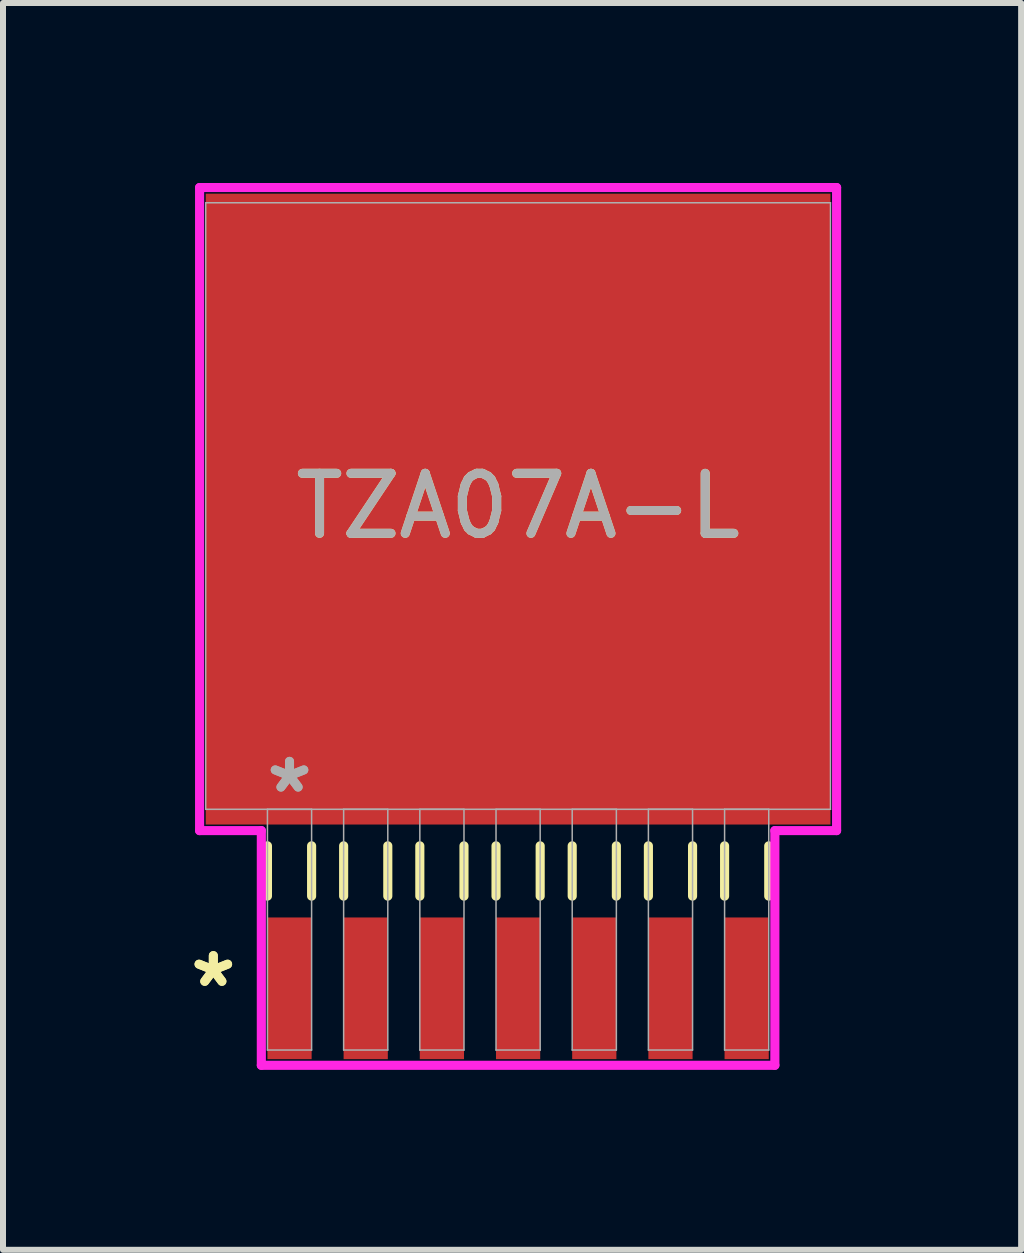
<source format=kicad_pcb>
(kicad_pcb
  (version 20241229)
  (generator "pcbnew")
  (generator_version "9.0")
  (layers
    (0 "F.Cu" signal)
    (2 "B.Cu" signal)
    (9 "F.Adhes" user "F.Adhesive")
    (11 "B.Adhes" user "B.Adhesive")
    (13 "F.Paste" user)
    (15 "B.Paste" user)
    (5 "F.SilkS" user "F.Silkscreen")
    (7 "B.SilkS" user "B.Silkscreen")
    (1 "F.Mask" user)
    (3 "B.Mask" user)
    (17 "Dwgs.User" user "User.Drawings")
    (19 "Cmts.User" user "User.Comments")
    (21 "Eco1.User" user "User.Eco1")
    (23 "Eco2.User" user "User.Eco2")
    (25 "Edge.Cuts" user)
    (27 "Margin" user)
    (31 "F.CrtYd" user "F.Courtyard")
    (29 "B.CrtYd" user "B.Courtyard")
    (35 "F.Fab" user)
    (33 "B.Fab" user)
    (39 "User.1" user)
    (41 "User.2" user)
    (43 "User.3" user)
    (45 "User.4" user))
  (footprint "TZA07A-L"
    (layer "F.Cu")
    (at 5.586 5.385)
    (property "Reference" "TZA07A-L" (at 0 0 0) (unlocked yes) (layer "F.SilkS") (effects (font (size 1 1) (thickness 0.15))))
    (attr smd)
    (fp_line (start -4.178 5.664) (end -4.178 6.502) (stroke (width 0.152) (type solid)) (layer "F.SilkS"))
    (fp_line (start -3.442 5.664) (end -3.442 6.502) (stroke (width 0.152) (type solid)) (layer "F.SilkS"))
    (fp_line (start -2.908 5.664) (end -2.908 6.502) (stroke (width 0.152) (type solid)) (layer "F.SilkS"))
    (fp_line (start -2.172 5.664) (end -2.172 6.502) (stroke (width 0.152) (type solid)) (layer "F.SilkS"))
    (fp_line (start -1.638 5.664) (end -1.638 6.502) (stroke (width 0.152) (type solid)) (layer "F.SilkS"))
    (fp_line (start -0.902 5.664) (end -0.902 6.502) (stroke (width 0.152) (type solid)) (layer "F.SilkS"))
    (fp_line (start -0.368 5.664) (end -0.368 6.502) (stroke (width 0.152) (type solid)) (layer "F.SilkS"))
    (fp_line (start 0.368 5.664) (end 0.368 6.502) (stroke (width 0.152) (type solid)) (layer "F.SilkS"))
    (fp_line (start 0.902 5.664) (end 0.902 6.502) (stroke (width 0.152) (type solid)) (layer "F.SilkS"))
    (fp_line (start 1.638 5.664) (end 1.638 6.502) (stroke (width 0.152) (type solid)) (layer "F.SilkS"))
    (fp_line (start 2.172 5.664) (end 2.172 6.502) (stroke (width 0.152) (type solid)) (layer "F.SilkS"))
    (fp_line (start 2.908 5.664) (end 2.908 6.502) (stroke (width 0.152) (type solid)) (layer "F.SilkS"))
    (fp_line (start 3.442 5.664) (end 3.442 6.502) (stroke (width 0.152) (type solid)) (layer "F.SilkS"))
    (fp_line (start 4.178 5.664) (end 4.178 6.502) (stroke (width 0.152) (type solid)) (layer "F.SilkS"))
    (fp_line (start -5.309 -5.309) (end 5.309 -5.309) (stroke (width 0.152) (type solid)) (layer "F.CrtYd"))
    (fp_line (start -5.309 5.41) (end -5.309 -5.309) (stroke (width 0.152) (type solid)) (layer "F.CrtYd"))
    (fp_line (start -4.28 5.41) (end -5.309 5.41) (stroke (width 0.152) (type solid)) (layer "F.CrtYd"))
    (fp_line (start -4.28 9.322) (end -4.28 5.41) (stroke (width 0.152) (type solid)) (layer "F.CrtYd"))
    (fp_line (start 4.28 5.41) (end 4.28 9.322) (stroke (width 0.152) (type solid)) (layer "F.CrtYd"))
    (fp_line (start 4.28 9.322) (end -4.28 9.322) (stroke (width 0.152) (type solid)) (layer "F.CrtYd"))
    (fp_line (start 5.309 -5.309) (end 5.309 5.41) (stroke (width 0.152) (type solid)) (layer "F.CrtYd"))
    (fp_line (start 5.309 5.41) (end 4.28 5.41) (stroke (width 0.152) (type solid)) (layer "F.CrtYd"))
    (fp_line (start -5.207 -5.055) (end -5.207 5.055) (stroke (width 0.025) (type solid)) (layer "F.Fab"))
    (fp_line (start -5.207 5.055) (end 5.207 5.055) (stroke (width 0.025) (type solid)) (layer "F.Fab"))
    (fp_line (start -4.178 5.055) (end -4.178 9.068) (stroke (width 0.025) (type solid)) (layer "F.Fab"))
    (fp_line (start -4.178 9.068) (end -3.442 9.068) (stroke (width 0.025) (type solid)) (layer "F.Fab"))
    (fp_line (start -3.442 5.055) (end -4.178 5.055) (stroke (width 0.025) (type solid)) (layer "F.Fab"))
    (fp_line (start -3.442 9.068) (end -3.442 5.055) (stroke (width 0.025) (type solid)) (layer "F.Fab"))
    (fp_line (start -2.908 5.055) (end -2.908 9.068) (stroke (width 0.025) (type solid)) (layer "F.Fab"))
    (fp_line (start -2.908 9.068) (end -2.172 9.068) (stroke (width 0.025) (type solid)) (layer "F.Fab"))
    (fp_line (start -2.172 5.055) (end -2.908 5.055) (stroke (width 0.025) (type solid)) (layer "F.Fab"))
    (fp_line (start -2.172 9.068) (end -2.172 5.055) (stroke (width 0.025) (type solid)) (layer "F.Fab"))
    (fp_line (start -1.638 5.055) (end -1.638 9.068) (stroke (width 0.025) (type solid)) (layer "F.Fab"))
    (fp_line (start -1.638 9.068) (end -0.902 9.068) (stroke (width 0.025) (type solid)) (layer "F.Fab"))
    (fp_line (start -0.902 5.055) (end -1.638 5.055) (stroke (width 0.025) (type solid)) (layer "F.Fab"))
    (fp_line (start -0.902 9.068) (end -0.902 5.055) (stroke (width 0.025) (type solid)) (layer "F.Fab"))
    (fp_line (start -0.368 5.055) (end -0.368 9.068) (stroke (width 0.025) (type solid)) (layer "F.Fab"))
    (fp_line (start -0.368 9.068) (end 0.368 9.068) (stroke (width 0.025) (type solid)) (layer "F.Fab"))
    (fp_line (start 0.368 5.055) (end -0.368 5.055) (stroke (width 0.025) (type solid)) (layer "F.Fab"))
    (fp_line (start 0.368 9.068) (end 0.368 5.055) (stroke (width 0.025) (type solid)) (layer "F.Fab"))
    (fp_line (start 0.902 5.055) (end 0.902 9.068) (stroke (width 0.025) (type solid)) (layer "F.Fab"))
    (fp_line (start 0.902 9.068) (end 1.638 9.068) (stroke (width 0.025) (type solid)) (layer "F.Fab"))
    (fp_line (start 1.638 5.055) (end 0.902 5.055) (stroke (width 0.025) (type solid)) (layer "F.Fab"))
    (fp_line (start 1.638 9.068) (end 1.638 5.055) (stroke (width 0.025) (type solid)) (layer "F.Fab"))
    (fp_line (start 2.172 5.055) (end 2.172 9.068) (stroke (width 0.025) (type solid)) (layer "F.Fab"))
    (fp_line (start 2.172 9.068) (end 2.908 9.068) (stroke (width 0.025) (type solid)) (layer "F.Fab"))
    (fp_line (start 2.908 5.055) (end 2.172 5.055) (stroke (width 0.025) (type solid)) (layer "F.Fab"))
    (fp_line (start 2.908 9.068) (end 2.908 5.055) (stroke (width 0.025) (type solid)) (layer "F.Fab"))
    (fp_line (start 3.442 5.055) (end 3.442 9.068) (stroke (width 0.025) (type solid)) (layer "F.Fab"))
    (fp_line (start 3.442 9.068) (end 4.178 9.068) (stroke (width 0.025) (type solid)) (layer "F.Fab"))
    (fp_line (start 4.178 5.055) (end 3.442 5.055) (stroke (width 0.025) (type solid)) (layer "F.Fab"))
    (fp_line (start 4.178 9.068) (end 4.178 5.055) (stroke (width 0.025) (type solid)) (layer "F.Fab"))
    (fp_line (start 5.207 -5.055) (end -5.207 -5.055) (stroke (width 0.025) (type solid)) (layer "F.Fab"))
    (fp_line (start 5.207 5.055) (end 5.207 -5.055) (stroke (width 0.025) (type solid)) (layer "F.Fab"))
    (fp_text user "*" (at -5.08 8.039 0) (unlocked yes) (layer "F.SilkS") (effects (font (size 1 1) (thickness 0.15))))
    (fp_text user "*" (at -5.08 8.039 0) (layer "F.SilkS") (effects (font (size 1 1) (thickness 0.15))))
    (fp_text user "*" (at -3.81 4.801 0) (layer "F.Fab") (effects (font (size 1 1) (thickness 0.15))))
    (fp_text user "${REFERENCE}" (at 0 0 0) (unlocked yes) (layer "F.Fab") (effects (font (size 1 1) (thickness 0.15))))
    (fp_text user "*" (at -3.81 4.801 0) (unlocked yes) (layer "F.Fab") (effects (font (size 1 1) (thickness 0.15))))
    (pad "1" smd rect (at -3.81 8.039) (size 0.737 2.362) (layers "F.Cu" "F.Mask" "F.Paste"))
    (pad "2" smd rect (at -2.54 8.039) (size 0.737 2.362) (layers "F.Cu" "F.Mask" "F.Paste"))
    (pad "3" smd rect (at -1.27 8.039) (size 0.737 2.362) (layers "F.Cu" "F.Mask" "F.Paste"))
    (pad "4" smd rect (at 0 8.039) (size 0.737 2.362) (layers "F.Cu" "F.Mask" "F.Paste"))
    (pad "5" smd rect (at 1.27 8.039) (size 0.737 2.362) (layers "F.Cu" "F.Mask" "F.Paste"))
    (pad "6" smd rect (at 2.54 8.039) (size 0.737 2.362) (layers "F.Cu" "F.Mask" "F.Paste"))
    (pad "7" smd rect (at 3.81 8.039) (size 0.737 2.362) (layers "F.Cu" "F.Mask" "F.Paste"))
    (pad "8" smd rect (at 0 0.051) (size 10.414 10.516) (layers "F.Cu" "F.Mask" "F.Paste")))
  (gr_rect
    (start -3 -3)
    (end 13.971 17.783)
    (stroke (width 0.1) (type default))
    (fill no)
    (layer "Edge.Cuts")))
</source>
